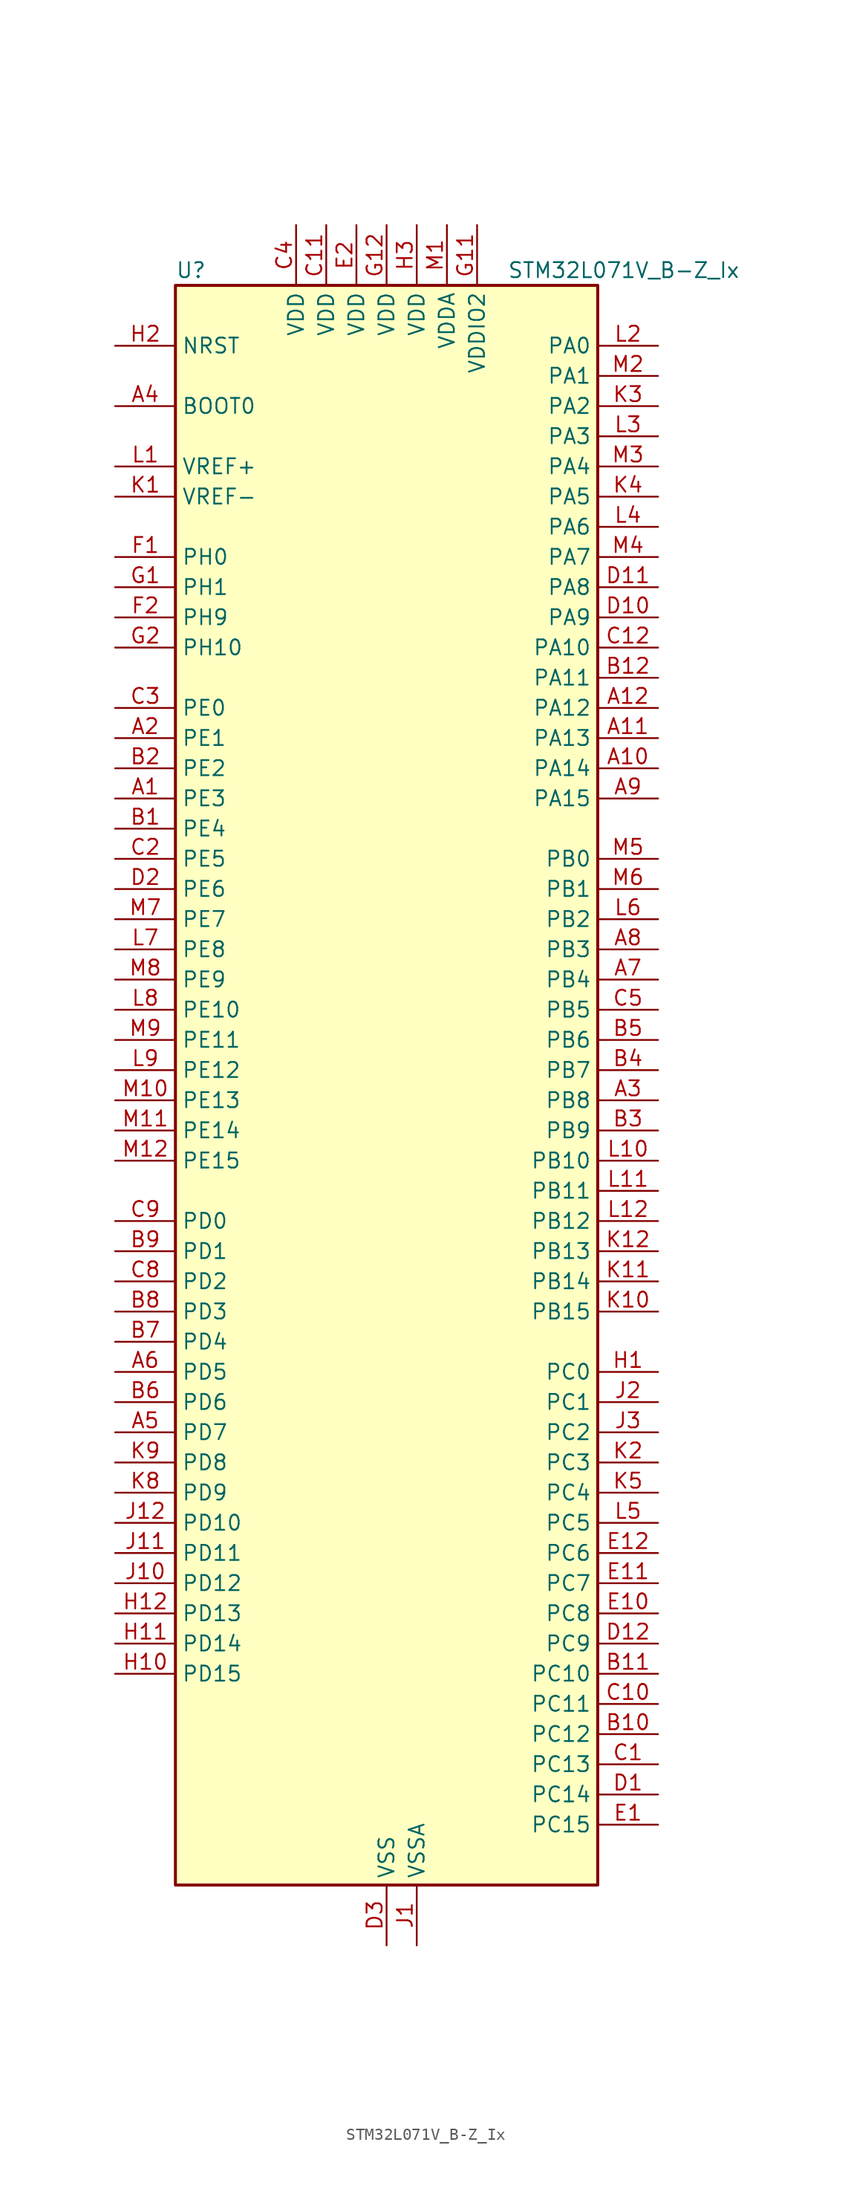
<source format=kicad_sym>
(kicad_symbol_lib
  (version 20241209)
  (generator "kicad_symbol_editor")
  (generator_version "9.0")
  (symbol "STM32L071V_B-Z_Ix"
    (property "Reference" "U"
      (at -17.78 69.85 0)
      (effects (font (size 1.27 1.27)) (justify left)))
    (property "Value" "STM32L071V_B-Z_Ix"
      (at 10.16 69.85 0)
      (effects (font (size 1.27 1.27)) (justify left)))
    (symbol "STM32L071V_B-Z_Ix_0_1"
      (rectangle (start -17.78 -66.04) (end 17.78 68.58) (stroke (width 0.254) (type default)) (fill (type background))))
    (symbol "STM32L071V_B-Z_Ix_1_1"
      (pin input line (at -22.86 63.5 0) (length 5.08) (name "NRST" (effects (font (size 1.27 1.27)))) (number "H2" (effects (font (size 1.27 1.27)))))
      (pin input line (at -22.86 58.42 0) (length 5.08) (name "BOOT0" (effects (font (size 1.27 1.27)))) (number "A4" (effects (font (size 1.27 1.27)))))
      (pin input line (at -22.86 53.34 0) (length 5.08) (name "VREF+" (effects (font (size 1.27 1.27)))) (number "L1" (effects (font (size 1.27 1.27)))))
      (pin input line (at -22.86 50.8 0) (length 5.08) (name "VREF-" (effects (font (size 1.27 1.27)))) (number "K1" (effects (font (size 1.27 1.27)))))
      (pin bidirectional line (at -22.86 45.72 0) (length 5.08) (name "PH0" (effects (font (size 1.27 1.27)))) (number "F1" (effects (font (size 1.27 1.27)))) (alternate "RCC_OSC_IN" bidirectional line))
      (pin bidirectional line (at -22.86 43.18 0) (length 5.08) (name "PH1" (effects (font (size 1.27 1.27)))) (number "G1" (effects (font (size 1.27 1.27)))) (alternate "RCC_OSC_OUT" bidirectional line))
      (pin bidirectional line (at -22.86 40.64 0) (length 5.08) (name "PH9" (effects (font (size 1.27 1.27)))) (number "F2" (effects (font (size 1.27 1.27)))))
      (pin bidirectional line (at -22.86 38.1 0) (length 5.08) (name "PH10" (effects (font (size 1.27 1.27)))) (number "G2" (effects (font (size 1.27 1.27)))))
      (pin bidirectional line (at -22.86 33.02 0) (length 5.08) (name "PE0" (effects (font (size 1.27 1.27)))) (number "C3" (effects (font (size 1.27 1.27)))))
      (pin bidirectional line (at -22.86 30.48 0) (length 5.08) (name "PE1" (effects (font (size 1.27 1.27)))) (number "A2" (effects (font (size 1.27 1.27)))))
      (pin bidirectional line (at -22.86 27.94 0) (length 5.08) (name "PE2" (effects (font (size 1.27 1.27)))) (number "B2" (effects (font (size 1.27 1.27)))) (alternate "TIM3_ETR" bidirectional line))
      (pin bidirectional line (at -22.86 25.4 0) (length 5.08) (name "PE3" (effects (font (size 1.27 1.27)))) (number "A1" (effects (font (size 1.27 1.27)))) (alternate "TIM22_CH1" bidirectional line) (alternate "TIM3_CH1" bidirectional line))
      (pin bidirectional line (at -22.86 22.86 0) (length 5.08) (name "PE4" (effects (font (size 1.27 1.27)))) (number "B1" (effects (font (size 1.27 1.27)))) (alternate "TIM22_CH2" bidirectional line) (alternate "TIM3_CH2" bidirectional line))
      (pin bidirectional line (at -22.86 20.32 0) (length 5.08) (name "PE5" (effects (font (size 1.27 1.27)))) (number "C2" (effects (font (size 1.27 1.27)))) (alternate "TIM21_CH1" bidirectional line) (alternate "TIM3_CH3" bidirectional line))
      (pin bidirectional line (at -22.86 17.78 0) (length 5.08) (name "PE6" (effects (font (size 1.27 1.27)))) (number "D2" (effects (font (size 1.27 1.27)))) (alternate "RTC_TAMP3" bidirectional line) (alternate "SYS_WKUP3" bidirectional line) (alternate "TIM21_CH2" bidirectional line) (alternate "TIM3_CH4" bidirectional line))
      (pin bidirectional line (at -22.86 15.24 0) (length 5.08) (name "PE7" (effects (font (size 1.27 1.27)))) (number "M7" (effects (font (size 1.27 1.27)))) (alternate "USART5_CK" bidirectional line) (alternate "USART5_DE" bidirectional line) (alternate "USART5_RTS" bidirectional line))
      (pin bidirectional line (at -22.86 12.7 0) (length 5.08) (name "PE8" (effects (font (size 1.27 1.27)))) (number "L7" (effects (font (size 1.27 1.27)))) (alternate "USART4_TX" bidirectional line))
      (pin bidirectional line (at -22.86 10.16 0) (length 5.08) (name "PE9" (effects (font (size 1.27 1.27)))) (number "M8" (effects (font (size 1.27 1.27)))) (alternate "TIM2_CH1" bidirectional line) (alternate "TIM2_ETR" bidirectional line) (alternate "USART4_RX" bidirectional line))
      (pin bidirectional line (at -22.86 7.62 0) (length 5.08) (name "PE10" (effects (font (size 1.27 1.27)))) (number "L8" (effects (font (size 1.27 1.27)))) (alternate "TIM2_CH2" bidirectional line) (alternate "USART5_TX" bidirectional line))
      (pin bidirectional line (at -22.86 5.08 0) (length 5.08) (name "PE11" (effects (font (size 1.27 1.27)))) (number "M9" (effects (font (size 1.27 1.27)))) (alternate "ADC_EXTI11" bidirectional line) (alternate "TIM2_CH3" bidirectional line) (alternate "USART5_RX" bidirectional line))
      (pin bidirectional line (at -22.86 2.54 0) (length 5.08) (name "PE12" (effects (font (size 1.27 1.27)))) (number "L9" (effects (font (size 1.27 1.27)))) (alternate "SPI1_NSS" bidirectional line) (alternate "TIM2_CH4" bidirectional line))
      (pin bidirectional line (at -22.86 0 0) (length 5.08) (name "PE13" (effects (font (size 1.27 1.27)))) (number "M10" (effects (font (size 1.27 1.27)))) (alternate "SPI1_SCK" bidirectional line))
      (pin bidirectional line (at -22.86 -2.54 0) (length 5.08) (name "PE14" (effects (font (size 1.27 1.27)))) (number "M11" (effects (font (size 1.27 1.27)))) (alternate "SPI1_MISO" bidirectional line))
      (pin bidirectional line (at -22.86 -5.08 0) (length 5.08) (name "PE15" (effects (font (size 1.27 1.27)))) (number "M12" (effects (font (size 1.27 1.27)))) (alternate "SPI1_MOSI" bidirectional line))
      (pin bidirectional line (at -22.86 -10.16 0) (length 5.08) (name "PD0" (effects (font (size 1.27 1.27)))) (number "C9" (effects (font (size 1.27 1.27)))) (alternate "I2S2_WS" bidirectional line) (alternate "SPI2_NSS" bidirectional line) (alternate "TIM21_CH1" bidirectional line))
      (pin bidirectional line (at -22.86 -12.7 0) (length 5.08) (name "PD1" (effects (font (size 1.27 1.27)))) (number "B9" (effects (font (size 1.27 1.27)))) (alternate "I2S2_CK" bidirectional line) (alternate "SPI2_SCK" bidirectional line))
      (pin bidirectional line (at -22.86 -15.24 0) (length 5.08) (name "PD2" (effects (font (size 1.27 1.27)))) (number "C8" (effects (font (size 1.27 1.27)))) (alternate "LPUART1_DE" bidirectional line) (alternate "LPUART1_RTS" bidirectional line) (alternate "TIM3_ETR" bidirectional line) (alternate "USART5_RX" bidirectional line))
      (pin bidirectional line (at -22.86 -17.78 0) (length 5.08) (name "PD3" (effects (font (size 1.27 1.27)))) (number "B8" (effects (font (size 1.27 1.27)))) (alternate "I2S2_MCK" bidirectional line) (alternate "SPI2_MISO" bidirectional line) (alternate "USART2_CTS" bidirectional line))
      (pin bidirectional line (at -22.86 -20.32 0) (length 5.08) (name "PD4" (effects (font (size 1.27 1.27)))) (number "B7" (effects (font (size 1.27 1.27)))) (alternate "I2S2_SD" bidirectional line) (alternate "SPI2_MOSI" bidirectional line) (alternate "USART2_DE" bidirectional line) (alternate "USART2_RTS" bidirectional line))
      (pin bidirectional line (at -22.86 -22.86 0) (length 5.08) (name "PD5" (effects (font (size 1.27 1.27)))) (number "A6" (effects (font (size 1.27 1.27)))) (alternate "USART2_TX" bidirectional line))
      (pin bidirectional line (at -22.86 -25.4 0) (length 5.08) (name "PD6" (effects (font (size 1.27 1.27)))) (number "B6" (effects (font (size 1.27 1.27)))) (alternate "USART2_RX" bidirectional line))
      (pin bidirectional line (at -22.86 -27.94 0) (length 5.08) (name "PD7" (effects (font (size 1.27 1.27)))) (number "A5" (effects (font (size 1.27 1.27)))) (alternate "TIM21_CH2" bidirectional line) (alternate "USART2_CK" bidirectional line))
      (pin bidirectional line (at -22.86 -30.48 0) (length 5.08) (name "PD8" (effects (font (size 1.27 1.27)))) (number "K9" (effects (font (size 1.27 1.27)))) (alternate "LPUART1_TX" bidirectional line))
      (pin bidirectional line (at -22.86 -33.02 0) (length 5.08) (name "PD9" (effects (font (size 1.27 1.27)))) (number "K8" (effects (font (size 1.27 1.27)))) (alternate "LPUART1_RX" bidirectional line))
      (pin bidirectional line (at -22.86 -35.56 0) (length 5.08) (name "PD10" (effects (font (size 1.27 1.27)))) (number "J12" (effects (font (size 1.27 1.27)))))
      (pin bidirectional line (at -22.86 -38.1 0) (length 5.08) (name "PD11" (effects (font (size 1.27 1.27)))) (number "J11" (effects (font (size 1.27 1.27)))) (alternate "ADC_EXTI11" bidirectional line) (alternate "LPUART1_CTS" bidirectional line))
      (pin bidirectional line (at -22.86 -40.64 0) (length 5.08) (name "PD12" (effects (font (size 1.27 1.27)))) (number "J10" (effects (font (size 1.27 1.27)))) (alternate "LPUART1_DE" bidirectional line) (alternate "LPUART1_RTS" bidirectional line))
      (pin bidirectional line (at -22.86 -43.18 0) (length 5.08) (name "PD13" (effects (font (size 1.27 1.27)))) (number "H12" (effects (font (size 1.27 1.27)))))
      (pin bidirectional line (at -22.86 -45.72 0) (length 5.08) (name "PD14" (effects (font (size 1.27 1.27)))) (number "H11" (effects (font (size 1.27 1.27)))))
      (pin bidirectional line (at -22.86 -48.26 0) (length 5.08) (name "PD15" (effects (font (size 1.27 1.27)))) (number "H10" (effects (font (size 1.27 1.27)))))
      (pin power_in line (at -7.62 73.66 270) (length 5.08) (name "VDD" (effects (font (size 1.27 1.27)))) (number "C4" (effects (font (size 1.27 1.27)))))
      (pin power_in line (at -5.08 73.66 270) (length 5.08) (name "VDD" (effects (font (size 1.27 1.27)))) (number "C11" (effects (font (size 1.27 1.27)))))
      (pin power_in line (at -2.54 73.66 270) (length 5.08) (name "VDD" (effects (font (size 1.27 1.27)))) (number "E2" (effects (font (size 1.27 1.27)))))
      (pin power_in line (at 0 73.66 270) (length 5.08) (name "VDD" (effects (font (size 1.27 1.27)))) (number "G12" (effects (font (size 1.27 1.27)))))
      (pin power_in line (at 0 -71.12 90) (length 5.08) (name "VSS" (effects (font (size 1.27 1.27)))) (number "D3" (effects (font (size 1.27 1.27)))))
      (pin passive line (at 0 -71.12 90) (length 5.08) (hide yes) (name "VSS" (effects (font (size 1.27 1.27)))) (number "E3" (effects (font (size 1.27 1.27)))))
      (pin passive line (at 0 -71.12 90) (length 5.08) (hide yes) (name "VSS" (effects (font (size 1.27 1.27)))) (number "F11" (effects (font (size 1.27 1.27)))))
      (pin passive line (at 0 -71.12 90) (length 5.08) (hide yes) (name "VSS" (effects (font (size 1.27 1.27)))) (number "F12" (effects (font (size 1.27 1.27)))))
      (pin power_in line (at 2.54 73.66 270) (length 5.08) (name "VDD" (effects (font (size 1.27 1.27)))) (number "H3" (effects (font (size 1.27 1.27)))))
      (pin power_in line (at 2.54 -71.12 90) (length 5.08) (name "VSSA" (effects (font (size 1.27 1.27)))) (number "J1" (effects (font (size 1.27 1.27)))))
      (pin power_in line (at 5.08 73.66 270) (length 5.08) (name "VDDA" (effects (font (size 1.27 1.27)))) (number "M1" (effects (font (size 1.27 1.27)))))
      (pin power_in line (at 7.62 73.66 270) (length 5.08) (name "VDDIO2" (effects (font (size 1.27 1.27)))) (number "G11" (effects (font (size 1.27 1.27)))))
      (pin bidirectional line (at 22.86 63.5 180) (length 5.08) (name "PA0" (effects (font (size 1.27 1.27)))) (number "L2" (effects (font (size 1.27 1.27)))) (alternate "ADC_IN0" bidirectional line) (alternate "COMP1_INM" bidirectional line) (alternate "COMP1_OUT" bidirectional line) (alternate "RTC_TAMP2" bidirectional line) (alternate "SYS_WKUP1" bidirectional line) (alternate "TIM2_CH1" bidirectional line) (alternate "TIM2_ETR" bidirectional line) (alternate "USART2_CTS" bidirectional line) (alternate "USART4_TX" bidirectional line))
      (pin bidirectional line (at 22.86 60.96 180) (length 5.08) (name "PA1" (effects (font (size 1.27 1.27)))) (number "M2" (effects (font (size 1.27 1.27)))) (alternate "ADC_IN1" bidirectional line) (alternate "COMP1_INP" bidirectional line) (alternate "TIM21_ETR" bidirectional line) (alternate "TIM2_CH2" bidirectional line) (alternate "USART2_DE" bidirectional line) (alternate "USART2_RTS" bidirectional line) (alternate "USART4_RX" bidirectional line))
      (pin bidirectional line (at 22.86 58.42 180) (length 5.08) (name "PA2" (effects (font (size 1.27 1.27)))) (number "K3" (effects (font (size 1.27 1.27)))) (alternate "ADC_IN2" bidirectional line) (alternate "COMP2_INM" bidirectional line) (alternate "COMP2_OUT" bidirectional line) (alternate "LPUART1_TX" bidirectional line) (alternate "TIM21_CH1" bidirectional line) (alternate "TIM2_CH3" bidirectional line) (alternate "USART2_TX" bidirectional line))
      (pin bidirectional line (at 22.86 55.88 180) (length 5.08) (name "PA3" (effects (font (size 1.27 1.27)))) (number "L3" (effects (font (size 1.27 1.27)))) (alternate "ADC_IN3" bidirectional line) (alternate "COMP2_INP" bidirectional line) (alternate "LPUART1_RX" bidirectional line) (alternate "TIM21_CH2" bidirectional line) (alternate "TIM2_CH4" bidirectional line) (alternate "USART2_RX" bidirectional line))
      (pin bidirectional line (at 22.86 53.34 180) (length 5.08) (name "PA4" (effects (font (size 1.27 1.27)))) (number "M3" (effects (font (size 1.27 1.27)))) (alternate "ADC_IN4" bidirectional line) (alternate "COMP1_INM" bidirectional line) (alternate "COMP2_INM" bidirectional line) (alternate "SPI1_NSS" bidirectional line) (alternate "TIM22_ETR" bidirectional line) (alternate "USART2_CK" bidirectional line))
      (pin bidirectional line (at 22.86 50.8 180) (length 5.08) (name "PA5" (effects (font (size 1.27 1.27)))) (number "K4" (effects (font (size 1.27 1.27)))) (alternate "ADC_IN5" bidirectional line) (alternate "COMP1_INM" bidirectional line) (alternate "COMP2_INM" bidirectional line) (alternate "SPI1_SCK" bidirectional line) (alternate "TIM2_CH1" bidirectional line) (alternate "TIM2_ETR" bidirectional line))
      (pin bidirectional line (at 22.86 48.26 180) (length 5.08) (name "PA6" (effects (font (size 1.27 1.27)))) (number "L4" (effects (font (size 1.27 1.27)))) (alternate "ADC_IN6" bidirectional line) (alternate "COMP1_OUT" bidirectional line) (alternate "LPUART1_CTS" bidirectional line) (alternate "SPI1_MISO" bidirectional line) (alternate "TIM22_CH1" bidirectional line) (alternate "TIM3_CH1" bidirectional line))
      (pin bidirectional line (at 22.86 45.72 180) (length 5.08) (name "PA7" (effects (font (size 1.27 1.27)))) (number "M4" (effects (font (size 1.27 1.27)))) (alternate "ADC_IN7" bidirectional line) (alternate "COMP2_OUT" bidirectional line) (alternate "SPI1_MOSI" bidirectional line) (alternate "TIM22_CH2" bidirectional line) (alternate "TIM3_CH2" bidirectional line))
      (pin bidirectional line (at 22.86 43.18 180) (length 5.08) (name "PA8" (effects (font (size 1.27 1.27)))) (number "D11" (effects (font (size 1.27 1.27)))) (alternate "I2C3_SCL" bidirectional line) (alternate "RCC_MCO" bidirectional line) (alternate "USART1_CK" bidirectional line))
      (pin bidirectional line (at 22.86 40.64 180) (length 5.08) (name "PA9" (effects (font (size 1.27 1.27)))) (number "D10" (effects (font (size 1.27 1.27)))) (alternate "I2C1_SCL" bidirectional line) (alternate "I2C3_SMBA" bidirectional line) (alternate "RCC_MCO" bidirectional line) (alternate "USART1_TX" bidirectional line))
      (pin bidirectional line (at 22.86 38.1 180) (length 5.08) (name "PA10" (effects (font (size 1.27 1.27)))) (number "C12" (effects (font (size 1.27 1.27)))) (alternate "I2C1_SDA" bidirectional line) (alternate "USART1_RX" bidirectional line))
      (pin bidirectional line (at 22.86 35.56 180) (length 5.08) (name "PA11" (effects (font (size 1.27 1.27)))) (number "B12" (effects (font (size 1.27 1.27)))) (alternate "ADC_EXTI11" bidirectional line) (alternate "COMP1_OUT" bidirectional line) (alternate "SPI1_MISO" bidirectional line) (alternate "USART1_CTS" bidirectional line))
      (pin bidirectional line (at 22.86 33.02 180) (length 5.08) (name "PA12" (effects (font (size 1.27 1.27)))) (number "A12" (effects (font (size 1.27 1.27)))) (alternate "COMP2_OUT" bidirectional line) (alternate "SPI1_MOSI" bidirectional line) (alternate "USART1_DE" bidirectional line) (alternate "USART1_RTS" bidirectional line))
      (pin bidirectional line (at 22.86 30.48 180) (length 5.08) (name "PA13" (effects (font (size 1.27 1.27)))) (number "A11" (effects (font (size 1.27 1.27)))) (alternate "LPUART1_RX" bidirectional line) (alternate "SYS_SWDIO" bidirectional line))
      (pin bidirectional line (at 22.86 27.94 180) (length 5.08) (name "PA14" (effects (font (size 1.27 1.27)))) (number "A10" (effects (font (size 1.27 1.27)))) (alternate "LPUART1_TX" bidirectional line) (alternate "SYS_SWCLK" bidirectional line) (alternate "USART2_TX" bidirectional line))
      (pin bidirectional line (at 22.86 25.4 180) (length 5.08) (name "PA15" (effects (font (size 1.27 1.27)))) (number "A9" (effects (font (size 1.27 1.27)))) (alternate "SPI1_NSS" bidirectional line) (alternate "TIM2_CH1" bidirectional line) (alternate "TIM2_ETR" bidirectional line) (alternate "USART2_RX" bidirectional line) (alternate "USART4_DE" bidirectional line) (alternate "USART4_RTS" bidirectional line))
      (pin bidirectional line (at 22.86 20.32 180) (length 5.08) (name "PB0" (effects (font (size 1.27 1.27)))) (number "M5" (effects (font (size 1.27 1.27)))) (alternate "ADC_IN8" bidirectional line) (alternate "SYS_VREF_OUT_PB0" bidirectional line) (alternate "TIM3_CH3" bidirectional line))
      (pin bidirectional line (at 22.86 17.78 180) (length 5.08) (name "PB1" (effects (font (size 1.27 1.27)))) (number "M6" (effects (font (size 1.27 1.27)))) (alternate "ADC_IN9" bidirectional line) (alternate "LPUART1_DE" bidirectional line) (alternate "LPUART1_RTS" bidirectional line) (alternate "SYS_VREF_OUT_PB1" bidirectional line) (alternate "TIM3_CH4" bidirectional line))
      (pin bidirectional line (at 22.86 15.24 180) (length 5.08) (name "PB2" (effects (font (size 1.27 1.27)))) (number "L6" (effects (font (size 1.27 1.27)))) (alternate "I2C3_SMBA" bidirectional line) (alternate "LPTIM1_OUT" bidirectional line))
      (pin bidirectional line (at 22.86 12.7 180) (length 5.08) (name "PB3" (effects (font (size 1.27 1.27)))) (number "A8" (effects (font (size 1.27 1.27)))) (alternate "COMP2_INM" bidirectional line) (alternate "SPI1_SCK" bidirectional line) (alternate "TIM2_CH2" bidirectional line) (alternate "USART1_DE" bidirectional line) (alternate "USART1_RTS" bidirectional line) (alternate "USART5_TX" bidirectional line))
      (pin bidirectional line (at 22.86 10.16 180) (length 5.08) (name "PB4" (effects (font (size 1.27 1.27)))) (number "A7" (effects (font (size 1.27 1.27)))) (alternate "COMP2_INP" bidirectional line) (alternate "I2C3_SDA" bidirectional line) (alternate "SPI1_MISO" bidirectional line) (alternate "TIM22_CH1" bidirectional line) (alternate "TIM3_CH1" bidirectional line) (alternate "USART1_CTS" bidirectional line) (alternate "USART5_RX" bidirectional line))
      (pin bidirectional line (at 22.86 7.62 180) (length 5.08) (name "PB5" (effects (font (size 1.27 1.27)))) (number "C5" (effects (font (size 1.27 1.27)))) (alternate "COMP2_INP" bidirectional line) (alternate "I2C1_SMBA" bidirectional line) (alternate "LPTIM1_IN1" bidirectional line) (alternate "SPI1_MOSI" bidirectional line) (alternate "TIM22_CH2" bidirectional line) (alternate "TIM3_CH2" bidirectional line) (alternate "USART1_CK" bidirectional line) (alternate "USART5_CK" bidirectional line) (alternate "USART5_DE" bidirectional line) (alternate "USART5_RTS" bidirectional line))
      (pin bidirectional line (at 22.86 5.08 180) (length 5.08) (name "PB6" (effects (font (size 1.27 1.27)))) (number "B5" (effects (font (size 1.27 1.27)))) (alternate "COMP2_INP" bidirectional line) (alternate "I2C1_SCL" bidirectional line) (alternate "LPTIM1_ETR" bidirectional line) (alternate "USART1_TX" bidirectional line))
      (pin bidirectional line (at 22.86 2.54 180) (length 5.08) (name "PB7" (effects (font (size 1.27 1.27)))) (number "B4" (effects (font (size 1.27 1.27)))) (alternate "COMP2_INP" bidirectional line) (alternate "I2C1_SDA" bidirectional line) (alternate "LPTIM1_IN2" bidirectional line) (alternate "SYS_PVD_IN" bidirectional line) (alternate "USART1_RX" bidirectional line) (alternate "USART4_CTS" bidirectional line))
      (pin bidirectional line (at 22.86 0 180) (length 5.08) (name "PB8" (effects (font (size 1.27 1.27)))) (number "A3" (effects (font (size 1.27 1.27)))) (alternate "I2C1_SCL" bidirectional line))
      (pin bidirectional line (at 22.86 -2.54 180) (length 5.08) (name "PB9" (effects (font (size 1.27 1.27)))) (number "B3" (effects (font (size 1.27 1.27)))) (alternate "I2C1_SDA" bidirectional line) (alternate "I2S2_WS" bidirectional line) (alternate "SPI2_NSS" bidirectional line))
      (pin bidirectional line (at 22.86 -5.08 180) (length 5.08) (name "PB10" (effects (font (size 1.27 1.27)))) (number "L10" (effects (font (size 1.27 1.27)))) (alternate "I2C2_SCL" bidirectional line) (alternate "LPUART1_RX" bidirectional line) (alternate "LPUART1_TX" bidirectional line) (alternate "SPI2_SCK" bidirectional line) (alternate "TIM2_CH3" bidirectional line))
      (pin bidirectional line (at 22.86 -7.62 180) (length 5.08) (name "PB11" (effects (font (size 1.27 1.27)))) (number "L11" (effects (font (size 1.27 1.27)))) (alternate "ADC_EXTI11" bidirectional line) (alternate "I2C2_SDA" bidirectional line) (alternate "LPUART1_RX" bidirectional line) (alternate "LPUART1_TX" bidirectional line) (alternate "TIM2_CH4" bidirectional line))
      (pin bidirectional line (at 22.86 -10.16 180) (length 5.08) (name "PB12" (effects (font (size 1.27 1.27)))) (number "L12" (effects (font (size 1.27 1.27)))) (alternate "I2S2_WS" bidirectional line) (alternate "LPUART1_DE" bidirectional line) (alternate "LPUART1_RTS" bidirectional line) (alternate "SPI2_NSS" bidirectional line))
      (pin bidirectional line (at 22.86 -12.7 180) (length 5.08) (name "PB13" (effects (font (size 1.27 1.27)))) (number "K12" (effects (font (size 1.27 1.27)))) (alternate "I2C2_SCL" bidirectional line) (alternate "I2S2_CK" bidirectional line) (alternate "LPUART1_CTS" bidirectional line) (alternate "RCC_MCO" bidirectional line) (alternate "SPI2_SCK" bidirectional line) (alternate "TIM21_CH1" bidirectional line))
      (pin bidirectional line (at 22.86 -15.24 180) (length 5.08) (name "PB14" (effects (font (size 1.27 1.27)))) (number "K11" (effects (font (size 1.27 1.27)))) (alternate "I2C2_SDA" bidirectional line) (alternate "I2S2_MCK" bidirectional line) (alternate "LPUART1_DE" bidirectional line) (alternate "LPUART1_RTS" bidirectional line) (alternate "RTC_OUT_ALARM" bidirectional line) (alternate "RTC_OUT_CALIB" bidirectional line) (alternate "SPI2_MISO" bidirectional line) (alternate "TIM21_CH2" bidirectional line))
      (pin bidirectional line (at 22.86 -17.78 180) (length 5.08) (name "PB15" (effects (font (size 1.27 1.27)))) (number "K10" (effects (font (size 1.27 1.27)))) (alternate "I2S2_SD" bidirectional line) (alternate "RTC_REFIN" bidirectional line) (alternate "SPI2_MOSI" bidirectional line))
      (pin bidirectional line (at 22.86 -22.86 180) (length 5.08) (name "PC0" (effects (font (size 1.27 1.27)))) (number "H1" (effects (font (size 1.27 1.27)))) (alternate "ADC_IN10" bidirectional line) (alternate "I2C3_SCL" bidirectional line) (alternate "LPTIM1_IN1" bidirectional line) (alternate "LPUART1_RX" bidirectional line))
      (pin bidirectional line (at 22.86 -25.4 180) (length 5.08) (name "PC1" (effects (font (size 1.27 1.27)))) (number "J2" (effects (font (size 1.27 1.27)))) (alternate "ADC_IN11" bidirectional line) (alternate "I2C3_SDA" bidirectional line) (alternate "LPTIM1_OUT" bidirectional line) (alternate "LPUART1_TX" bidirectional line))
      (pin bidirectional line (at 22.86 -27.94 180) (length 5.08) (name "PC2" (effects (font (size 1.27 1.27)))) (number "J3" (effects (font (size 1.27 1.27)))) (alternate "ADC_IN12" bidirectional line) (alternate "I2S2_MCK" bidirectional line) (alternate "LPTIM1_IN2" bidirectional line) (alternate "SPI2_MISO" bidirectional line))
      (pin bidirectional line (at 22.86 -30.48 180) (length 5.08) (name "PC3" (effects (font (size 1.27 1.27)))) (number "K2" (effects (font (size 1.27 1.27)))) (alternate "ADC_IN13" bidirectional line) (alternate "I2S2_SD" bidirectional line) (alternate "LPTIM1_ETR" bidirectional line) (alternate "SPI2_MOSI" bidirectional line))
      (pin bidirectional line (at 22.86 -33.02 180) (length 5.08) (name "PC4" (effects (font (size 1.27 1.27)))) (number "K5" (effects (font (size 1.27 1.27)))) (alternate "ADC_IN14" bidirectional line) (alternate "LPUART1_TX" bidirectional line))
      (pin bidirectional line (at 22.86 -35.56 180) (length 5.08) (name "PC5" (effects (font (size 1.27 1.27)))) (number "L5" (effects (font (size 1.27 1.27)))) (alternate "ADC_IN15" bidirectional line) (alternate "LPUART1_RX" bidirectional line))
      (pin bidirectional line (at 22.86 -38.1 180) (length 5.08) (name "PC6" (effects (font (size 1.27 1.27)))) (number "E12" (effects (font (size 1.27 1.27)))) (alternate "TIM22_CH1" bidirectional line) (alternate "TIM3_CH1" bidirectional line))
      (pin bidirectional line (at 22.86 -40.64 180) (length 5.08) (name "PC7" (effects (font (size 1.27 1.27)))) (number "E11" (effects (font (size 1.27 1.27)))) (alternate "TIM22_CH2" bidirectional line) (alternate "TIM3_CH2" bidirectional line))
      (pin bidirectional line (at 22.86 -43.18 180) (length 5.08) (name "PC8" (effects (font (size 1.27 1.27)))) (number "E10" (effects (font (size 1.27 1.27)))) (alternate "TIM22_ETR" bidirectional line) (alternate "TIM3_CH3" bidirectional line))
      (pin bidirectional line (at 22.86 -45.72 180) (length 5.08) (name "PC9" (effects (font (size 1.27 1.27)))) (number "D12" (effects (font (size 1.27 1.27)))) (alternate "I2C3_SDA" bidirectional line) (alternate "TIM21_ETR" bidirectional line) (alternate "TIM3_CH4" bidirectional line))
      (pin bidirectional line (at 22.86 -48.26 180) (length 5.08) (name "PC10" (effects (font (size 1.27 1.27)))) (number "B11" (effects (font (size 1.27 1.27)))) (alternate "LPUART1_TX" bidirectional line) (alternate "USART4_TX" bidirectional line))
      (pin bidirectional line (at 22.86 -50.8 180) (length 5.08) (name "PC11" (effects (font (size 1.27 1.27)))) (number "C10" (effects (font (size 1.27 1.27)))) (alternate "ADC_EXTI11" bidirectional line) (alternate "LPUART1_RX" bidirectional line) (alternate "USART4_RX" bidirectional line))
      (pin bidirectional line (at 22.86 -53.34 180) (length 5.08) (name "PC12" (effects (font (size 1.27 1.27)))) (number "B10" (effects (font (size 1.27 1.27)))) (alternate "USART4_CK" bidirectional line) (alternate "USART5_TX" bidirectional line))
      (pin bidirectional line (at 22.86 -55.88 180) (length 5.08) (name "PC13" (effects (font (size 1.27 1.27)))) (number "C1" (effects (font (size 1.27 1.27)))) (alternate "RTC_OUT_ALARM" bidirectional line) (alternate "RTC_OUT_CALIB" bidirectional line) (alternate "RTC_TAMP1" bidirectional line) (alternate "RTC_TS" bidirectional line) (alternate "SYS_WKUP2" bidirectional line))
      (pin bidirectional line (at 22.86 -58.42 180) (length 5.08) (name "PC14" (effects (font (size 1.27 1.27)))) (number "D1" (effects (font (size 1.27 1.27)))) (alternate "RCC_OSC32_IN" bidirectional line))
      (pin bidirectional line (at 22.86 -60.96 180) (length 5.08) (name "PC15" (effects (font (size 1.27 1.27)))) (number "E1" (effects (font (size 1.27 1.27)))) (alternate "RCC_OSC32_OUT" bidirectional line)))))
</source>
